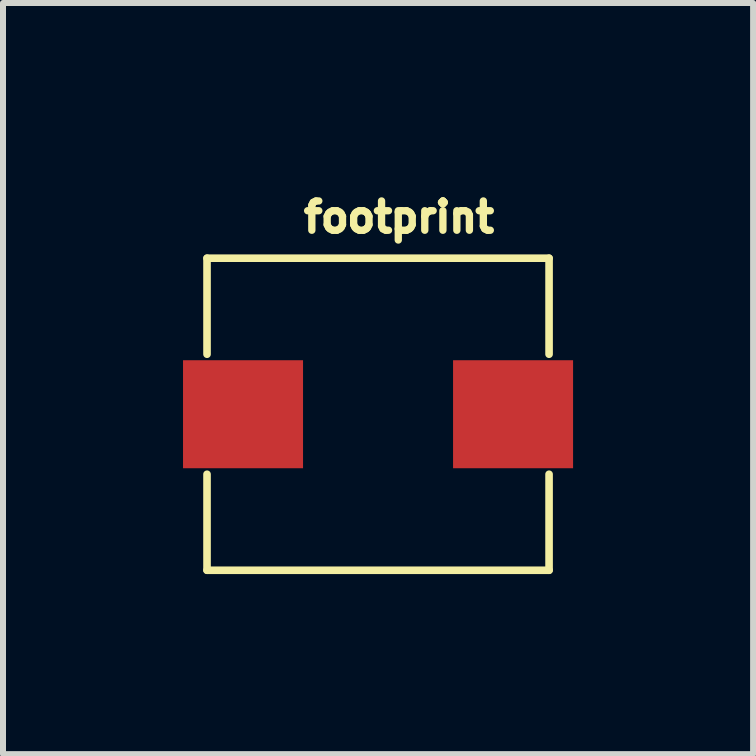
<source format=kicad_pcb>
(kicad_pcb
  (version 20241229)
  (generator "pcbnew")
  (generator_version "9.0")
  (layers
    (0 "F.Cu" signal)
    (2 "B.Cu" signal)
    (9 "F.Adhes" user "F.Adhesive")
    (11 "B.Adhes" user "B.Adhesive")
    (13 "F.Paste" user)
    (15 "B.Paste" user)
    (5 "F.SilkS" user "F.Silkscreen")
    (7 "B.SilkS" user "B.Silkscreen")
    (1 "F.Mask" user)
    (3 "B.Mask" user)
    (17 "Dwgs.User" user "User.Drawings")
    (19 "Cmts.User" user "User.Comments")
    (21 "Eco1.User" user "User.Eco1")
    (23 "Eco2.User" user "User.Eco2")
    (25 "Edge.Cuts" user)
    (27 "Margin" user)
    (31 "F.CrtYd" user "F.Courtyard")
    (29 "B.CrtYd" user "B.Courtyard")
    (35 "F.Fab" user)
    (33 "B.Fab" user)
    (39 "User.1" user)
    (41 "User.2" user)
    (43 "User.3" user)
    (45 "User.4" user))
  (footprint "footprint"
    (layer "F.Cu")
    (at 3.25 3.853)
    (property "Reference" "footprint" (at -1.3 -3 0) (layer "F.SilkS") (effects (font (size 0.488 0.488) (thickness 0.122)) (justify left bottom)))
    (fp_line (start -2.85 -2.6) (end 2.85 -2.6) (stroke (width 0.127) (type solid)) (layer "F.SilkS"))
    (fp_line (start -2.85 -1) (end -2.85 -2.6) (stroke (width 0.127) (type solid)) (layer "F.SilkS"))
    (fp_line (start -2.85 2.6) (end -2.85 1) (stroke (width 0.127) (type solid)) (layer "F.SilkS"))
    (fp_line (start 2.85 -2.6) (end 2.85 -1) (stroke (width 0.127) (type solid)) (layer "F.SilkS"))
    (fp_line (start 2.85 1) (end 2.85 2.6) (stroke (width 0.127) (type solid)) (layer "F.SilkS"))
    (fp_line (start 2.85 2.6) (end -2.85 2.6) (stroke (width 0.127) (type solid)) (layer "F.SilkS"))
    (pad "P$1" smd rect (at -2.25 0) (size 2 1.8) (layers "F.Cu" "F.Mask" "F.Paste"))
    (pad "P$2" smd rect (at 2.25 0) (size 2 1.8) (layers "F.Cu" "F.Mask" "F.Paste")))
  (gr_rect
    (start -3 -3)
    (end 9.5 9.517)
    (stroke (width 0.1) (type default))
    (fill no)
    (layer "Edge.Cuts")))
</source>
